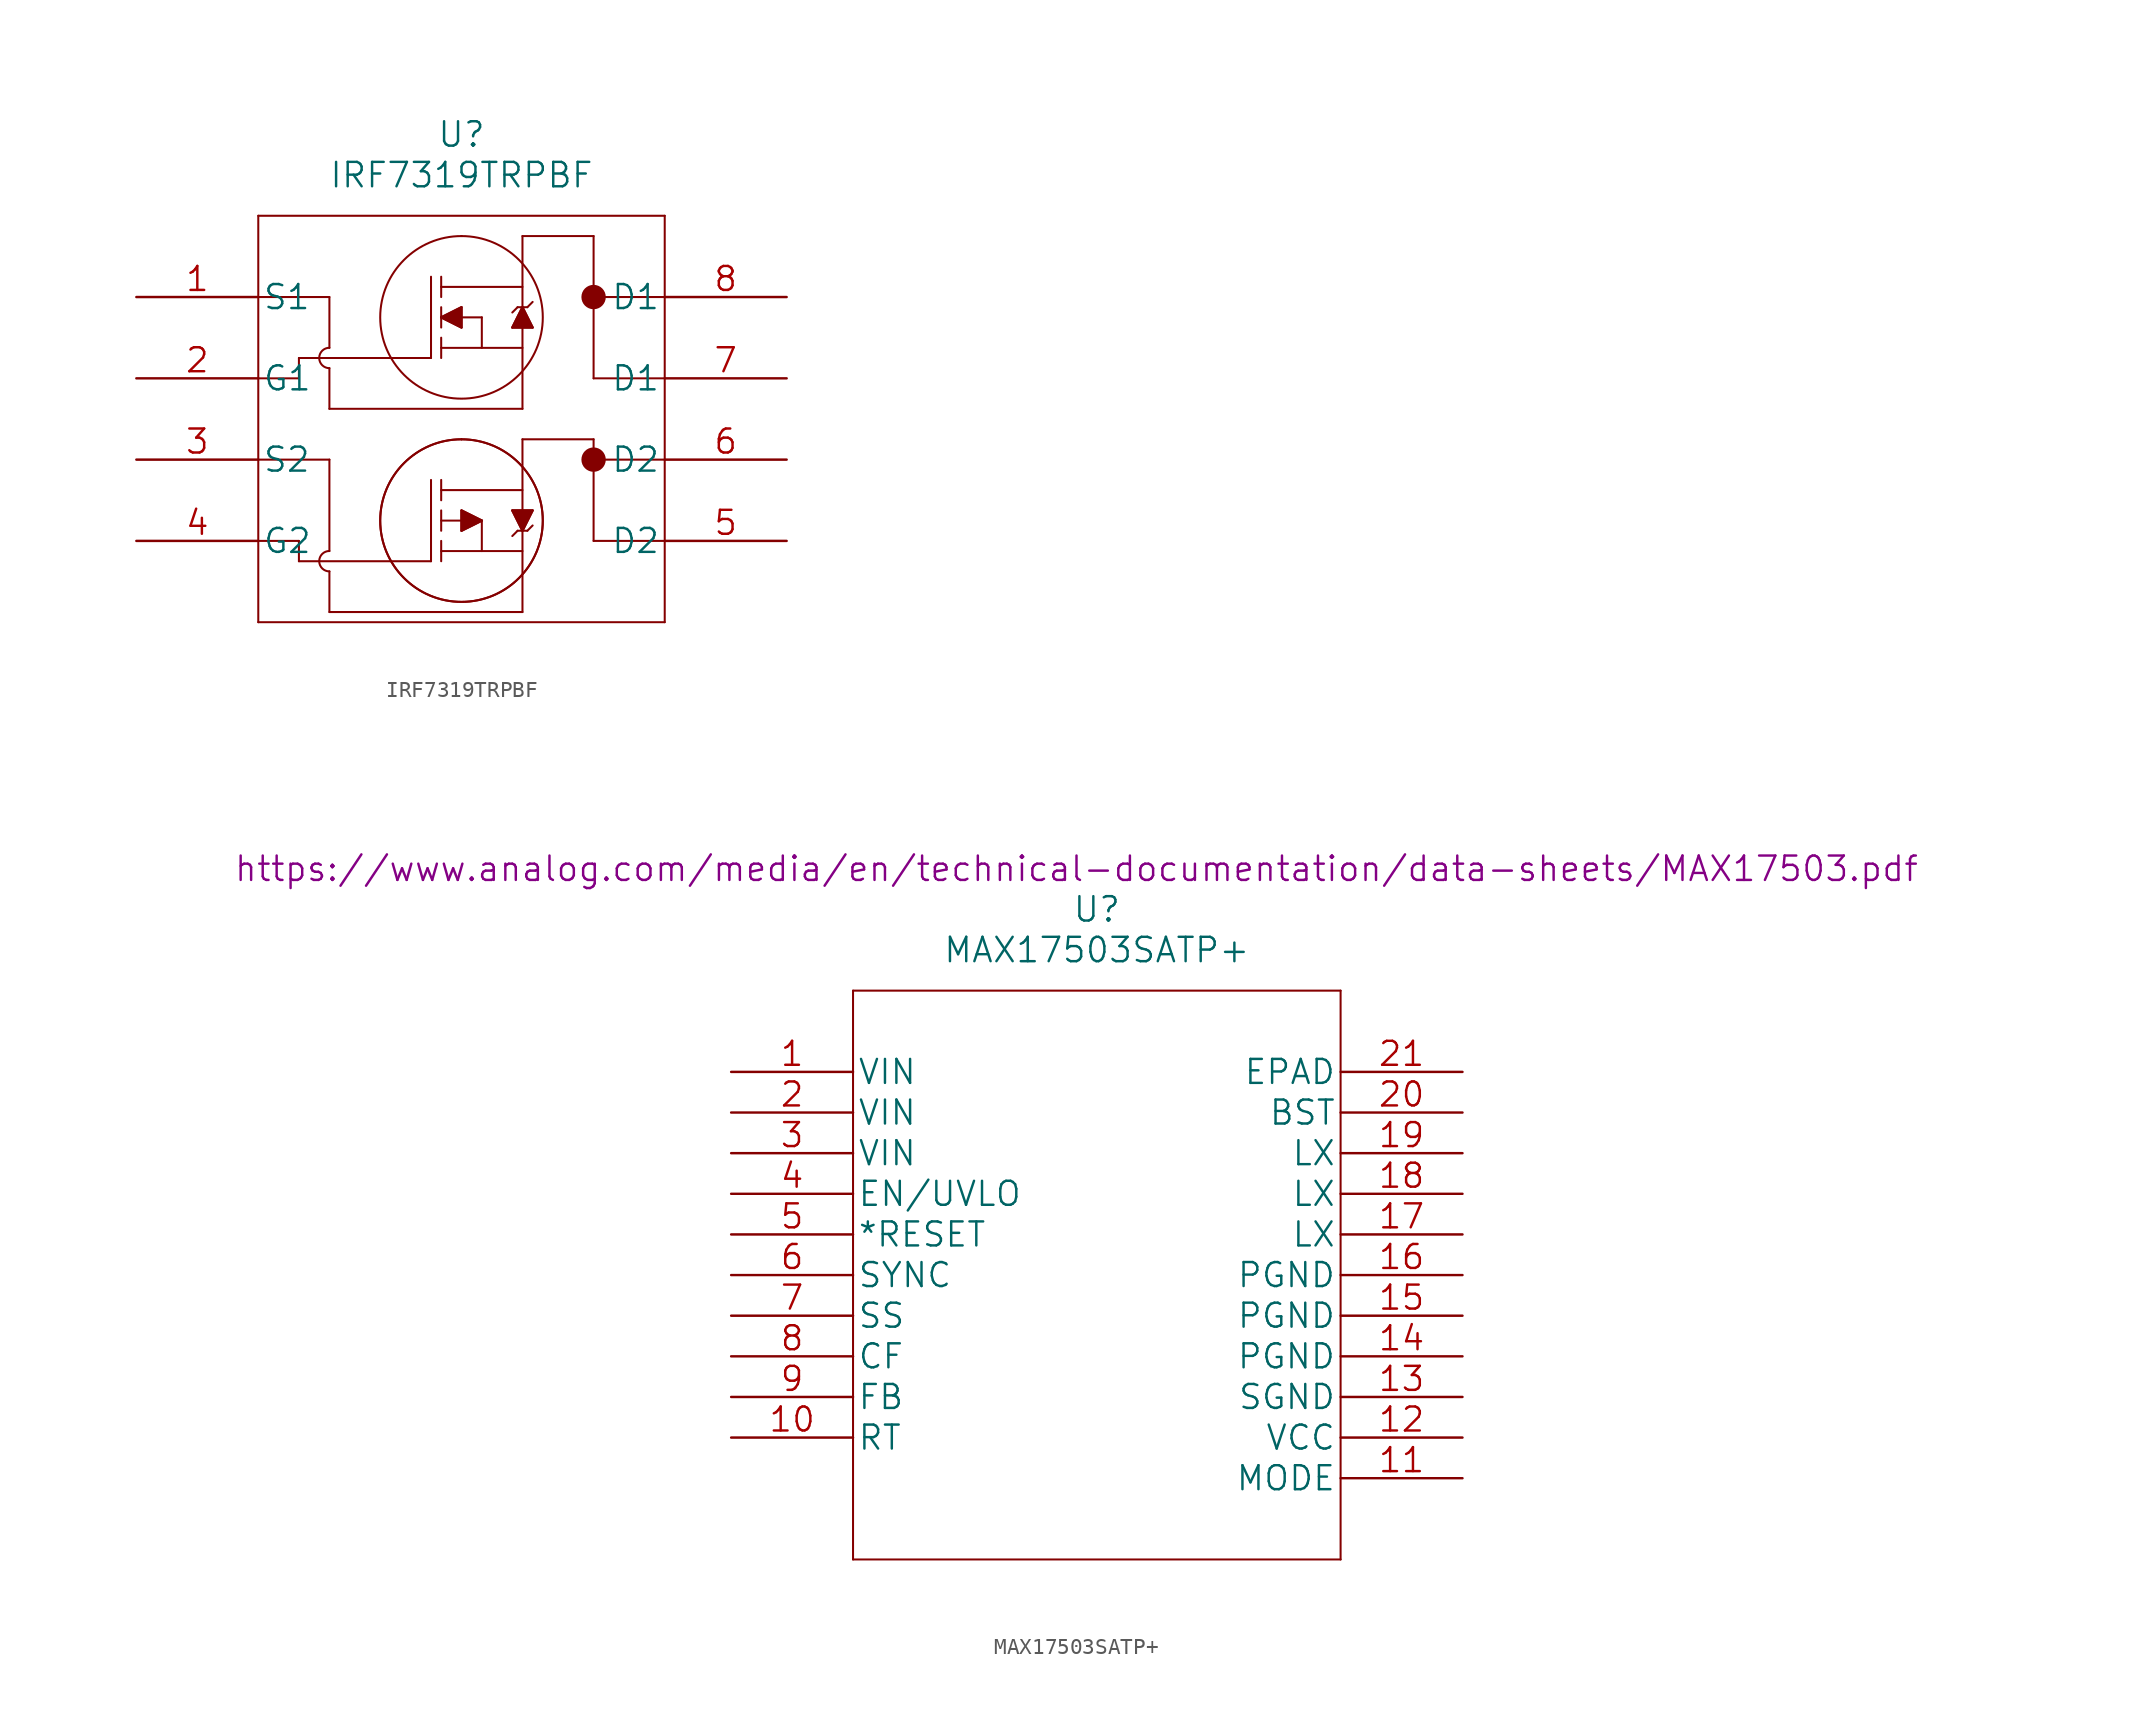
<source format=kicad_sym>
(kicad_symbol_lib
  (version 20211014)
  (generator kicad_symbol_editor)
  (symbol "IRF7319TRPBF"
    (pin_names
      (offset 0.254))
    (property "Reference" "U"
      (at 20.32 10.16 0)
      (effects (font (size 1.524 1.524))))
    (property "Value" "IRF7319TRPBF"
      (at 20.32 7.62 0)
      (effects (font (size 1.524 1.524))))
    (symbol "IRF7319TRPBF_1_1"
      (polyline (pts (xy 7.62 -20.32) (xy 33.02 -20.32)) (stroke (width 0.127) (type default) (color 0 0 0 0)) (fill (type none)))
      (polyline (pts (xy 7.62 5.08) (xy 7.62 -20.32)) (stroke (width 0.127) (type default) (color 0 0 0 0)) (fill (type none)))
      (polyline (pts (xy 10.16 -16.51) (xy 10.16 -15.24)) (stroke (width 0.127) (type default) (color 0 0 0 0)) (fill (type none)))
      (polyline (pts (xy 10.16 -15.24) (xy 7.62 -15.24)) (stroke (width 0.127) (type default) (color 0 0 0 0)) (fill (type none)))
      (polyline (pts (xy 10.16 -5.08) (xy 7.62 -5.08)) (stroke (width 0.127) (type default) (color 0 0 0 0)) (fill (type none)))
      (polyline (pts (xy 10.16 -3.81) (xy 10.16 -5.08)) (stroke (width 0.127) (type default) (color 0 0 0 0)) (fill (type none)))
      (polyline (pts (xy 12.065 -19.685) (xy 24.13 -19.685)) (stroke (width 0.127) (type default) (color 0 0 0 0)) (fill (type none)))
      (polyline (pts (xy 12.065 -17.145) (xy 12.065 -19.685)) (stroke (width 0.127) (type default) (color 0 0 0 0)) (fill (type none)))
      (polyline (pts (xy 12.065 -15.875) (xy 12.065 -10.16)) (stroke (width 0.127) (type default) (color 0 0 0 0)) (fill (type none)))
      (polyline (pts (xy 12.065 -10.16) (xy 7.62 -10.16)) (stroke (width 0.127) (type default) (color 0 0 0 0)) (fill (type none)))
      (polyline (pts (xy 12.065 -6.985) (xy 24.13 -6.985)) (stroke (width 0.127) (type default) (color 0 0 0 0)) (fill (type none)))
      (polyline (pts (xy 12.065 -4.445) (xy 12.065 -6.985)) (stroke (width 0.127) (type default) (color 0 0 0 0)) (fill (type none)))
      (polyline (pts (xy 12.065 -3.175) (xy 12.065 0)) (stroke (width 0.127) (type default) (color 0 0 0 0)) (fill (type none)))
      (polyline (pts (xy 12.065 0) (xy 7.62 0)) (stroke (width 0.127) (type default) (color 0 0 0 0)) (fill (type none)))
      (polyline (pts (xy 18.415 -16.51) (xy 10.16 -16.51)) (stroke (width 0.127) (type default) (color 0 0 0 0)) (fill (type none)))
      (polyline (pts (xy 18.415 -11.43) (xy 18.415 -16.51)) (stroke (width 0.127) (type default) (color 0 0 0 0)) (fill (type none)))
      (polyline (pts (xy 18.415 -3.81) (xy 10.16 -3.81)) (stroke (width 0.127) (type default) (color 0 0 0 0)) (fill (type none)))
      (polyline (pts (xy 18.415 1.27) (xy 18.415 -3.81)) (stroke (width 0.127) (type default) (color 0 0 0 0)) (fill (type none)))
      (polyline (pts (xy 19.05 -15.875) (xy 24.13 -15.875)) (stroke (width 0.127) (type default) (color 0 0 0 0)) (fill (type none)))
      (polyline (pts (xy 19.05 -15.24) (xy 19.05 -16.51)) (stroke (width 0.127) (type default) (color 0 0 0 0)) (fill (type none)))
      (polyline (pts (xy 19.05 -13.97) (xy 21.59 -13.97)) (stroke (width 0.127) (type default) (color 0 0 0 0)) (fill (type none)))
      (polyline (pts (xy 19.05 -13.335) (xy 19.05 -14.605)) (stroke (width 0.127) (type default) (color 0 0 0 0)) (fill (type none)))
      (polyline (pts (xy 19.05 -12.7) (xy 19.05 -11.43)) (stroke (width 0.127) (type default) (color 0 0 0 0)) (fill (type none)))
      (polyline (pts (xy 19.05 -12.065) (xy 24.13 -12.065)) (stroke (width 0.127) (type default) (color 0 0 0 0)) (fill (type none)))
      (polyline (pts (xy 19.05 -3.175) (xy 24.13 -3.175)) (stroke (width 0.127) (type default) (color 0 0 0 0)) (fill (type none)))
      (polyline (pts (xy 19.05 -2.54) (xy 19.05 -3.81)) (stroke (width 0.127) (type default) (color 0 0 0 0)) (fill (type none)))
      (polyline (pts (xy 19.05 -1.27) (xy 20.32 -0.635)) (stroke (width 0.127) (type default) (color 0 0 0 0)) (fill (type none)))
      (polyline (pts (xy 19.05 -1.27) (xy 21.59 -1.27)) (stroke (width 0.127) (type default) (color 0 0 0 0)) (fill (type none)))
      (polyline (pts (xy 19.05 -0.635) (xy 19.05 -1.905)) (stroke (width 0.127) (type default) (color 0 0 0 0)) (fill (type none)))
      (polyline (pts (xy 19.05 0) (xy 19.05 1.27)) (stroke (width 0.127) (type default) (color 0 0 0 0)) (fill (type none)))
      (polyline (pts (xy 19.05 0.635) (xy 24.13 0.635)) (stroke (width 0.127) (type default) (color 0 0 0 0)) (fill (type none)))
      (polyline (pts (xy 20.32 -14.605) (xy 20.32 -13.335)) (stroke (width 0.127) (type default) (color 0 0 0 0)) (fill (type none)))
      (polyline (pts (xy 20.32 -13.335) (xy 21.59 -13.97)) (stroke (width 0.127) (type default) (color 0 0 0 0)) (fill (type none)))
      (polyline (pts (xy 20.32 -1.905) (xy 19.05 -1.27)) (stroke (width 0.127) (type default) (color 0 0 0 0)) (fill (type none)))
      (polyline (pts (xy 20.32 -0.635) (xy 20.32 -1.905)) (stroke (width 0.127) (type default) (color 0 0 0 0)) (fill (type none)))
      (polyline (pts (xy 21.59 -13.97) (xy 20.32 -14.605)) (stroke (width 0.127) (type default) (color 0 0 0 0)) (fill (type none)))
      (polyline (pts (xy 21.59 -13.97) (xy 21.59 -15.875)) (stroke (width 0.127) (type default) (color 0 0 0 0)) (fill (type none)))
      (polyline (pts (xy 21.59 -1.27) (xy 21.59 -3.175)) (stroke (width 0.127) (type default) (color 0 0 0 0)) (fill (type none)))
      (polyline (pts (xy 23.495 -13.335) (xy 24.13 -14.605)) (stroke (width 0.127) (type default) (color 0 0 0 0)) (fill (type none)))
      (polyline (pts (xy 23.495 -1.905) (xy 24.765 -1.905)) (stroke (width 0.127) (type default) (color 0 0 0 0)) (fill (type none)))
      (polyline (pts (xy 23.825 -14.605) (xy 23.495 -14.935)) (stroke (width 0.127) (type default) (color 0 0 0 0)) (fill (type none)))
      (polyline (pts (xy 23.825 -0.635) (xy 23.495 -0.965)) (stroke (width 0.127) (type default) (color 0 0 0 0)) (fill (type none)))
      (polyline (pts (xy 23.825 -0.635) (xy 24.435 -0.635)) (stroke (width 0.127) (type default) (color 0 0 0 0)) (fill (type none)))
      (polyline (pts (xy 24.13 -19.685) (xy 24.13 -8.89)) (stroke (width 0.127) (type default) (color 0 0 0 0)) (fill (type none)))
      (polyline (pts (xy 24.13 -14.605) (xy 24.765 -13.335)) (stroke (width 0.127) (type default) (color 0 0 0 0)) (fill (type none)))
      (polyline (pts (xy 24.13 -6.985) (xy 24.13 3.81)) (stroke (width 0.127) (type default) (color 0 0 0 0)) (fill (type none)))
      (polyline (pts (xy 24.13 -0.635) (xy 23.495 -1.905)) (stroke (width 0.127) (type default) (color 0 0 0 0)) (fill (type none)))
      (polyline (pts (xy 24.435 -14.605) (xy 23.825 -14.605)) (stroke (width 0.127) (type default) (color 0 0 0 0)) (fill (type none)))
      (polyline (pts (xy 24.435 -14.605) (xy 24.765 -14.275)) (stroke (width 0.127) (type default) (color 0 0 0 0)) (fill (type none)))
      (polyline (pts (xy 24.435 -0.635) (xy 24.765 -0.305)) (stroke (width 0.127) (type default) (color 0 0 0 0)) (fill (type none)))
      (polyline (pts (xy 24.765 -13.335) (xy 23.495 -13.335)) (stroke (width 0.127) (type default) (color 0 0 0 0)) (fill (type none)))
      (polyline (pts (xy 24.765 -1.905) (xy 24.13 -0.635)) (stroke (width 0.127) (type default) (color 0 0 0 0)) (fill (type none)))
      (polyline (pts (xy 28.575 -15.24) (xy 28.575 -8.89)) (stroke (width 0.127) (type default) (color 0 0 0 0)) (fill (type none)))
      (polyline (pts (xy 28.575 -8.89) (xy 24.13 -8.89)) (stroke (width 0.127) (type default) (color 0 0 0 0)) (fill (type none)))
      (polyline (pts (xy 28.575 -5.08) (xy 28.575 3.81)) (stroke (width 0.127) (type default) (color 0 0 0 0)) (fill (type none)))
      (polyline (pts (xy 28.575 3.81) (xy 24.13 3.81)) (stroke (width 0.127) (type default) (color 0 0 0 0)) (fill (type none)))
      (polyline (pts (xy 33.02 -20.32) (xy 33.02 5.08)) (stroke (width 0.127) (type default) (color 0 0 0 0)) (fill (type none)))
      (polyline (pts (xy 33.02 -15.24) (xy 28.575 -15.24)) (stroke (width 0.127) (type default) (color 0 0 0 0)) (fill (type none)))
      (polyline (pts (xy 33.02 -10.16) (xy 28.575 -10.16)) (stroke (width 0.127) (type default) (color 0 0 0 0)) (fill (type none)))
      (polyline (pts (xy 33.02 -5.08) (xy 28.575 -5.08)) (stroke (width 0.127) (type default) (color 0 0 0 0)) (fill (type none)))
      (polyline (pts (xy 33.02 0) (xy 28.575 0)) (stroke (width 0.127) (type default) (color 0 0 0 0)) (fill (type none)))
      (polyline (pts (xy 33.02 5.08) (xy 7.62 5.08)) (stroke (width 0.127) (type default) (color 0 0 0 0)) (fill (type none)))
      (polyline (pts (xy 20.32 -13.335) (xy 20.32 -14.605) (xy 21.59 -13.97) (xy 20.32 -13.335)) (stroke (width 0) (type default) (color 0 0 0 0)) (fill (type outline)))
      (polyline (pts (xy 20.32 -1.905) (xy 20.32 -0.635) (xy 19.05 -1.27) (xy 20.32 -1.905)) (stroke (width 0) (type default) (color 0 0 0 0)) (fill (type outline)))
      (polyline (pts (xy 23.495 -1.905) (xy 24.765 -1.905) (xy 24.13 -0.635) (xy 23.495 -1.905)) (stroke (width 0) (type default) (color 0 0 0 0)) (fill (type outline)))
      (polyline (pts (xy 24.765 -13.335) (xy 23.495 -13.335) (xy 24.13 -14.605) (xy 24.765 -13.335)) (stroke (width 0) (type default) (color 0 0 0 0)) (fill (type outline)))
      (arc (start 12.065 -15.875) (mid 11.43 -16.51) (end 12.065 -17.145) (stroke (width 0.127) (type default) (color 0 0 0 0)) (fill (type none)))
      (arc (start 12.065 -3.175) (mid 11.43 -3.81) (end 12.065 -4.445) (stroke (width 0.127) (type default) (color 0 0 0 0)) (fill (type none)))
      (circle (center 20.32 -13.97) (radius 5.08) (stroke (width 0.127) (type default) (color 0 0 0 0)) (fill (type none)))
      (circle (center 20.32 -13.97) (radius 5.08) (stroke (width 0.127) (type default) (color 0 0 0 0)) (fill (type none)))
      (arc (start 20.32 -8.89) (mid 20.32 -19.05) (end 20.32 -8.89) (stroke (width 0.127) (type default) (color 0 0 0 0)) (fill (type none)))
      (arc (start 20.32 -8.89) (mid 20.32 -19.05) (end 20.32 -8.89) (stroke (width 0.127) (type default) (color 0 0 0 0)) (fill (type none)))
      (circle (center 20.32 -1.27) (radius 5.08) (stroke (width 0.127) (type default) (color 0 0 0 0)) (fill (type none)))
      (arc (start 20.32 3.81) (mid 20.32 -6.35) (end 20.32 3.81) (stroke (width 0.127) (type default) (color 0 0 0 0)) (fill (type none)))
      (arc (start 28.448 -10.16) (mid 28.702 -10.16) (end 28.448 -10.16) (stroke (width 0.635) (type default) (color 0 0 0 0)) (fill (type none)))
      (arc (start 28.448 0) (mid 28.702 0) (end 28.448 0) (stroke (width 0.635) (type default) (color 0 0 0 0)) (fill (type none)))
      (circle (center 28.575 -10.16) (radius 0.127) (stroke (width 0.635) (type default) (color 0 0 0 0)) (fill (type none)))
      (circle (center 28.575 0) (radius 0.127) (stroke (width 0.635) (type default) (color 0 0 0 0)) (fill (type none)))
      (pin passive line (at 0 0 0) (length 7.62) (name "S1" (effects (font (size 1.499 1.499)))) (number "1" (effects (font (size 1.499 1.499)))))
      (pin input line (at 0 -5.08 0) (length 7.62) (name "G1" (effects (font (size 1.499 1.499)))) (number "2" (effects (font (size 1.499 1.499)))))
      (pin passive line (at 0 -10.16 0) (length 7.62) (name "S2" (effects (font (size 1.499 1.499)))) (number "3" (effects (font (size 1.499 1.499)))))
      (pin input line (at 0 -15.24 0) (length 7.62) (name "G2" (effects (font (size 1.499 1.499)))) (number "4" (effects (font (size 1.499 1.499)))))
      (pin passive line (at 40.64 -15.24 180) (length 7.62) (name "D2" (effects (font (size 1.499 1.499)))) (number "5" (effects (font (size 1.499 1.499)))))
      (pin passive line (at 40.64 -10.16 180) (length 7.62) (name "D2" (effects (font (size 1.499 1.499)))) (number "6" (effects (font (size 1.499 1.499)))))
      (pin passive line (at 40.64 -5.08 180) (length 7.62) (name "D1" (effects (font (size 1.499 1.499)))) (number "7" (effects (font (size 1.499 1.499)))))
      (pin passive line (at 40.64 0 180) (length 7.62) (name "D1" (effects (font (size 1.499 1.499)))) (number "8" (effects (font (size 1.499 1.499)))))))
  (symbol "MAX17503SATP+"
    (pin_names
      (offset 0.254))
    (property "Reference" "U"
      (at 22.86 10.16 0)
      (effects (font (size 1.524 1.524))))
    (property "Value" "MAX17503SATP+"
      (at 22.86 7.62 0)
      (effects (font (size 1.524 1.524))))
    (property "Datasheet" "https://www.analog.com/media/en/technical-documentation/data-sheets/MAX17503.pdf"
      (at 21.59 12.7 0)
      (effects (font (size 1.524 1.524))))
    (symbol "MAX17503SATP+_1_1"
      (polyline (pts (xy 7.62 -30.48) (xy 38.1 -30.48)) (stroke (width 0.127) (type default) (color 0 0 0 0)) (fill (type none)))
      (polyline (pts (xy 7.62 5.08) (xy 7.62 -30.48)) (stroke (width 0.127) (type default) (color 0 0 0 0)) (fill (type none)))
      (polyline (pts (xy 38.1 -30.48) (xy 38.1 5.08)) (stroke (width 0.127) (type default) (color 0 0 0 0)) (fill (type none)))
      (polyline (pts (xy 38.1 5.08) (xy 7.62 5.08)) (stroke (width 0.127) (type default) (color 0 0 0 0)) (fill (type none)))
      (pin power_in line (at 0 0 0) (length 7.62) (name "VIN" (effects (font (size 1.499 1.499)))) (number "1" (effects (font (size 1.499 1.499)))))
      (pin unspecified line (at 0 -22.86 0) (length 7.62) (name "RT" (effects (font (size 1.499 1.499)))) (number "10" (effects (font (size 1.499 1.499)))))
      (pin unspecified line (at 45.72 -25.4 180) (length 7.62) (name "MODE" (effects (font (size 1.499 1.499)))) (number "11" (effects (font (size 1.499 1.499)))))
      (pin power_out line (at 45.72 -22.86 180) (length 7.62) (name "VCC" (effects (font (size 1.499 1.499)))) (number "12" (effects (font (size 1.499 1.499)))))
      (pin power_out line (at 45.72 -20.32 180) (length 7.62) (name "SGND" (effects (font (size 1.499 1.499)))) (number "13" (effects (font (size 1.499 1.499)))))
      (pin power_in line (at 45.72 -17.78 180) (length 7.62) (name "PGND" (effects (font (size 1.499 1.499)))) (number "14" (effects (font (size 1.499 1.499)))))
      (pin power_in line (at 45.72 -15.24 180) (length 7.62) (name "PGND" (effects (font (size 1.499 1.499)))) (number "15" (effects (font (size 1.499 1.499)))))
      (pin power_in line (at 45.72 -12.7 180) (length 7.62) (name "PGND" (effects (font (size 1.499 1.499)))) (number "16" (effects (font (size 1.499 1.499)))))
      (pin power_out line (at 45.72 -10.16 180) (length 7.62) (name "LX" (effects (font (size 1.499 1.499)))) (number "17" (effects (font (size 1.499 1.499)))))
      (pin power_out line (at 45.72 -7.62 180) (length 7.62) (name "LX" (effects (font (size 1.499 1.499)))) (number "18" (effects (font (size 1.499 1.499)))))
      (pin power_out line (at 45.72 -5.08 180) (length 7.62) (name "LX" (effects (font (size 1.499 1.499)))) (number "19" (effects (font (size 1.499 1.499)))))
      (pin power_in line (at 0 -2.54 0) (length 7.62) (name "VIN" (effects (font (size 1.499 1.499)))) (number "2" (effects (font (size 1.499 1.499)))))
      (pin unspecified line (at 45.72 -2.54 180) (length 7.62) (name "BST" (effects (font (size 1.499 1.499)))) (number "20" (effects (font (size 1.499 1.499)))))
      (pin unspecified line (at 45.72 0 180) (length 7.62) (name "EPAD" (effects (font (size 1.499 1.499)))) (number "21" (effects (font (size 1.499 1.499)))))
      (pin power_in line (at 0 -5.08 0) (length 7.62) (name "VIN" (effects (font (size 1.499 1.499)))) (number "3" (effects (font (size 1.499 1.499)))))
      (pin unspecified line (at 0 -7.62 0) (length 7.62) (name "EN/UVLO" (effects (font (size 1.499 1.499)))) (number "4" (effects (font (size 1.499 1.499)))))
      (pin unspecified line (at 0 -10.16 0) (length 7.62) (name "*RESET" (effects (font (size 1.499 1.499)))) (number "5" (effects (font (size 1.499 1.499)))))
      (pin unspecified line (at 0 -12.7 0) (length 7.62) (name "SYNC" (effects (font (size 1.499 1.499)))) (number "6" (effects (font (size 1.499 1.499)))))
      (pin unspecified line (at 0 -15.24 0) (length 7.62) (name "SS" (effects (font (size 1.499 1.499)))) (number "7" (effects (font (size 1.499 1.499)))))
      (pin unspecified line (at 0 -17.78 0) (length 7.62) (name "CF" (effects (font (size 1.499 1.499)))) (number "8" (effects (font (size 1.499 1.499)))))
      (pin unspecified line (at 0 -20.32 0) (length 7.62) (name "FB" (effects (font (size 1.499 1.499)))) (number "9" (effects (font (size 1.499 1.499))))))))
</source>
